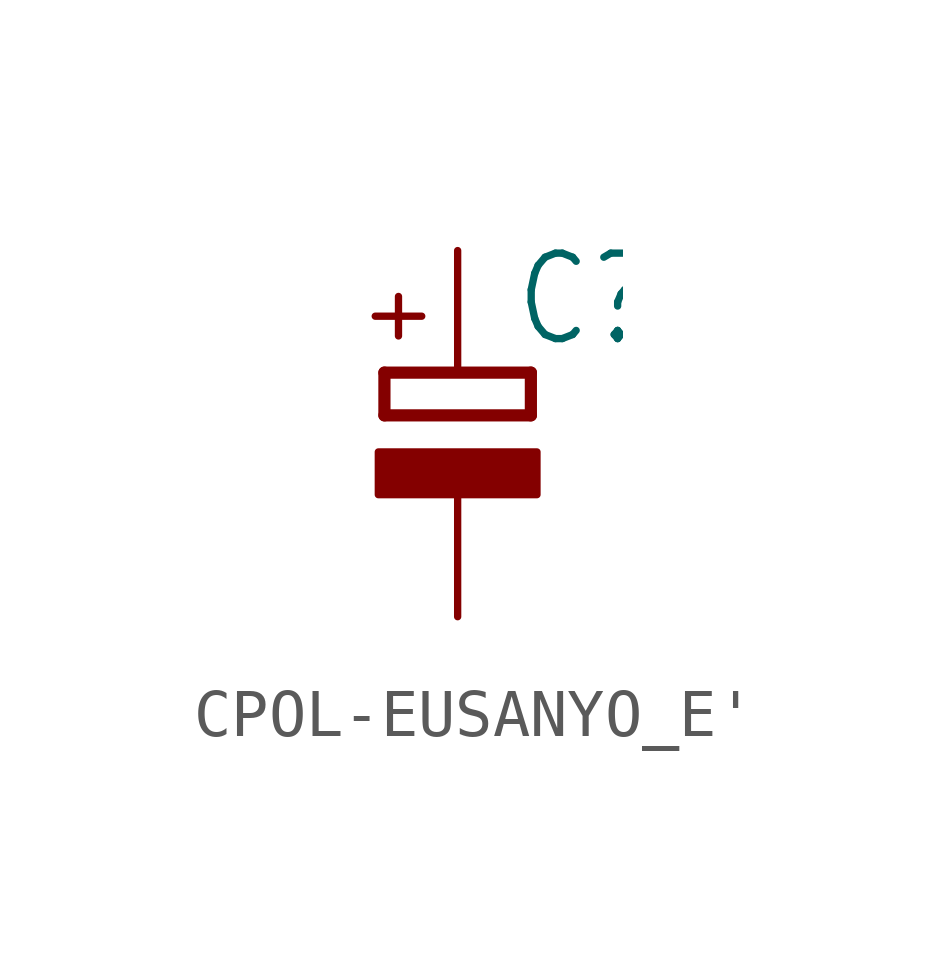
<source format=kicad_sym>
(kicad_symbol_lib
  (version 20241209)
  (generator "kicad_symbol_editor")
  (generator_version "9.0")
  (symbol "CPOL-EUSANYO_E'"
    (property "Reference" "C"
      (at 1.143 0.483 0)
      (effects (font (size 1.778 1.511)) (justify left bottom)))
    (property "Value" ""
      (at 1.143 -4.597 0)
      (effects (font (size 1.778 1.511)) (justify left bottom)))
    (property "ki_locked" ""
      (at 0 0 0)
      (effects (font (size 1.27 1.27))))
    (symbol "CPOL-EUSANYO_E'_1_0"
      (rectangle (start -1.651 -2.54) (end 1.651 -1.651) (stroke (width 0) (type default)) (fill (type outline)))
      (polyline (pts (xy -1.524 0) (xy -1.524 -0.889)) (stroke (width 0.254) (type solid)) (fill (type none)))
      (polyline (pts (xy -1.524 0) (xy 1.524 0)) (stroke (width 0.254) (type solid)) (fill (type none)))
      (polyline (pts (xy -1.524 -0.889) (xy 1.524 -0.889)) (stroke (width 0.254) (type solid)) (fill (type none)))
      (polyline (pts (xy 1.524 -0.889) (xy 1.524 0)) (stroke (width 0.254) (type solid)) (fill (type none)))
      (text "+" (at -0.584 0.406 900) (effects (font (size 1.27 1.079)) (justify left bottom)))
      (pin passive line (at 0 2.54 270) (length 2.54) (name "+" (effects (font (size 0 0)))) (number "+" (effects (font (size 0 0)))))
      (pin passive line (at 0 -5.08 90) (length 2.54) (name "-" (effects (font (size 0 0)))) (number "-" (effects (font (size 0 0))))))))
</source>
